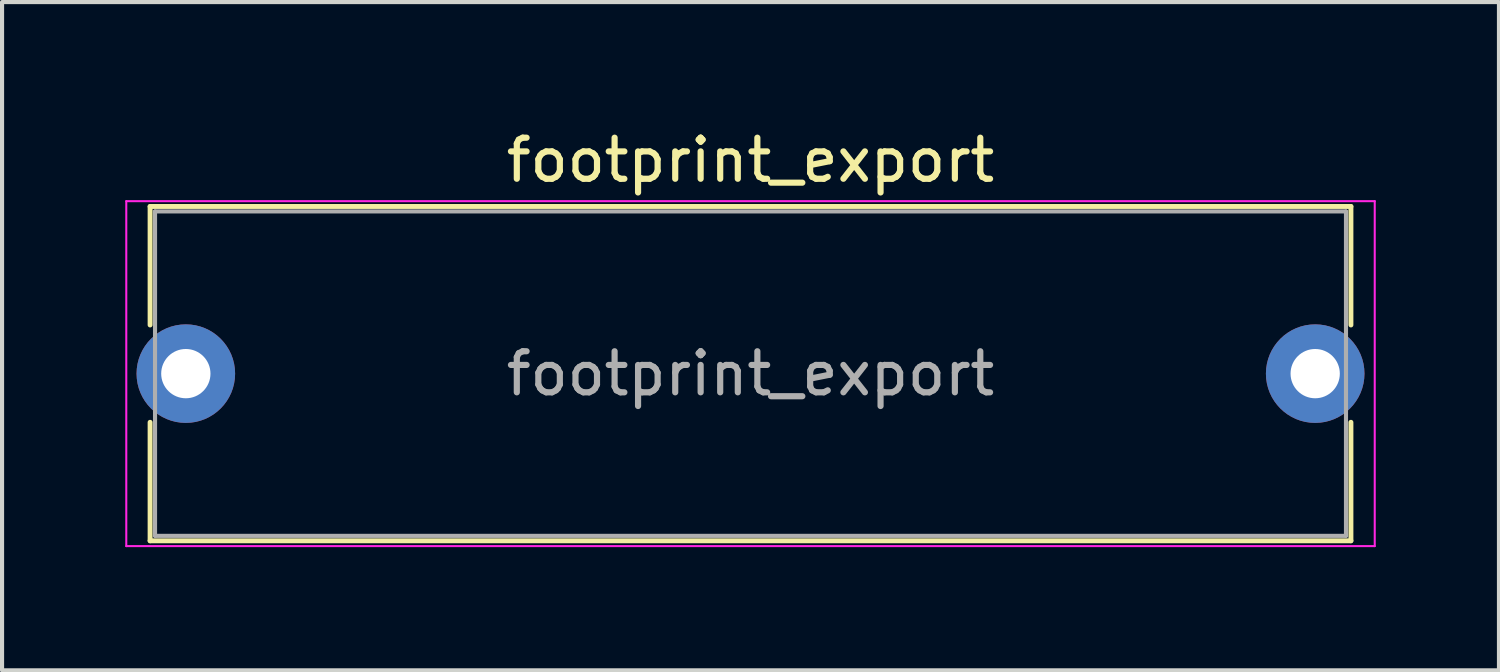
<source format=kicad_pcb>
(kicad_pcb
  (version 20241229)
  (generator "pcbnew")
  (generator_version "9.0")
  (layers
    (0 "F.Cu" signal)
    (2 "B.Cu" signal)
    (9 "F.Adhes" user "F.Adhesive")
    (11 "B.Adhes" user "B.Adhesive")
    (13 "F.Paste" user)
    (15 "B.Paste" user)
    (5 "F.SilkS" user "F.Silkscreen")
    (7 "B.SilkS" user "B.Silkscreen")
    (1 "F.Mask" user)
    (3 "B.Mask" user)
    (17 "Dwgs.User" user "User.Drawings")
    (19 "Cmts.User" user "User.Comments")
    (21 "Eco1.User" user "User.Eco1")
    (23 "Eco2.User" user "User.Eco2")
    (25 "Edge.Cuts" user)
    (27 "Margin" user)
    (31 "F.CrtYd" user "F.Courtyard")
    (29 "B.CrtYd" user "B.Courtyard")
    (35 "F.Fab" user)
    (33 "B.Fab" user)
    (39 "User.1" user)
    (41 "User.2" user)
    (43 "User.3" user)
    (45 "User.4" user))
  (footprint "footprint_export"
    (layer "F.Cu")
    (at 1.475 6.048)
    (property "Reference" "footprint_export" (at 13.75 -5.2 0) (layer "F.SilkS") (effects (font (size 1 1) (thickness 0.15))))
    (attr through_hole)
    (fp_line (start -0.87 -4.07) (end -0.87 -1.185) (stroke (width 0.12) (type solid)) (layer "F.SilkS"))
    (fp_line (start -0.87 -4.07) (end 28.37 -4.07) (stroke (width 0.12) (type solid)) (layer "F.SilkS"))
    (fp_line (start -0.87 1.185) (end -0.87 4.07) (stroke (width 0.12) (type solid)) (layer "F.SilkS"))
    (fp_line (start -0.87 4.07) (end 28.37 4.07) (stroke (width 0.12) (type solid)) (layer "F.SilkS"))
    (fp_line (start 28.37 -4.07) (end 28.37 -1.185) (stroke (width 0.12) (type solid)) (layer "F.SilkS"))
    (fp_line (start 28.37 1.185) (end 28.37 4.07) (stroke (width 0.12) (type solid)) (layer "F.SilkS"))
    (fp_line (start -1.45 -4.2) (end -1.45 4.2) (stroke (width 0.05) (type solid)) (layer "F.CrtYd"))
    (fp_line (start -1.45 4.2) (end 28.95 4.2) (stroke (width 0.05) (type solid)) (layer "F.CrtYd"))
    (fp_line (start 28.95 -4.2) (end -1.45 -4.2) (stroke (width 0.05) (type solid)) (layer "F.CrtYd"))
    (fp_line (start 28.95 4.2) (end 28.95 -4.2) (stroke (width 0.05) (type solid)) (layer "F.CrtYd"))
    (fp_line (start -0.75 -3.95) (end -0.75 3.95) (stroke (width 0.1) (type solid)) (layer "F.Fab"))
    (fp_line (start -0.75 3.95) (end 28.25 3.95) (stroke (width 0.1) (type solid)) (layer "F.Fab"))
    (fp_line (start 28.25 -3.95) (end -0.75 -3.95) (stroke (width 0.1) (type solid)) (layer "F.Fab"))
    (fp_line (start 28.25 3.95) (end 28.25 -3.95) (stroke (width 0.1) (type solid)) (layer "F.Fab"))
    (fp_text user "${REFERENCE}" (at 13.75 0 0) (layer "F.Fab") (effects (font (size 1 1) (thickness 0.15))))
    (pad "1" thru_hole circle (at 0 0) (size 2.4 2.4) (drill 1.2) (layers "*.Cu" "*.Mask"))
    (pad "2" thru_hole circle (at 27.5 0) (size 2.4 2.4) (drill 1.2) (layers "*.Cu" "*.Mask")))
  (gr_rect
    (start -3 -3)
    (end 33.45 13.273)
    (stroke (width 0.1) (type default))
    (fill no)
    (layer "Edge.Cuts")))
</source>
